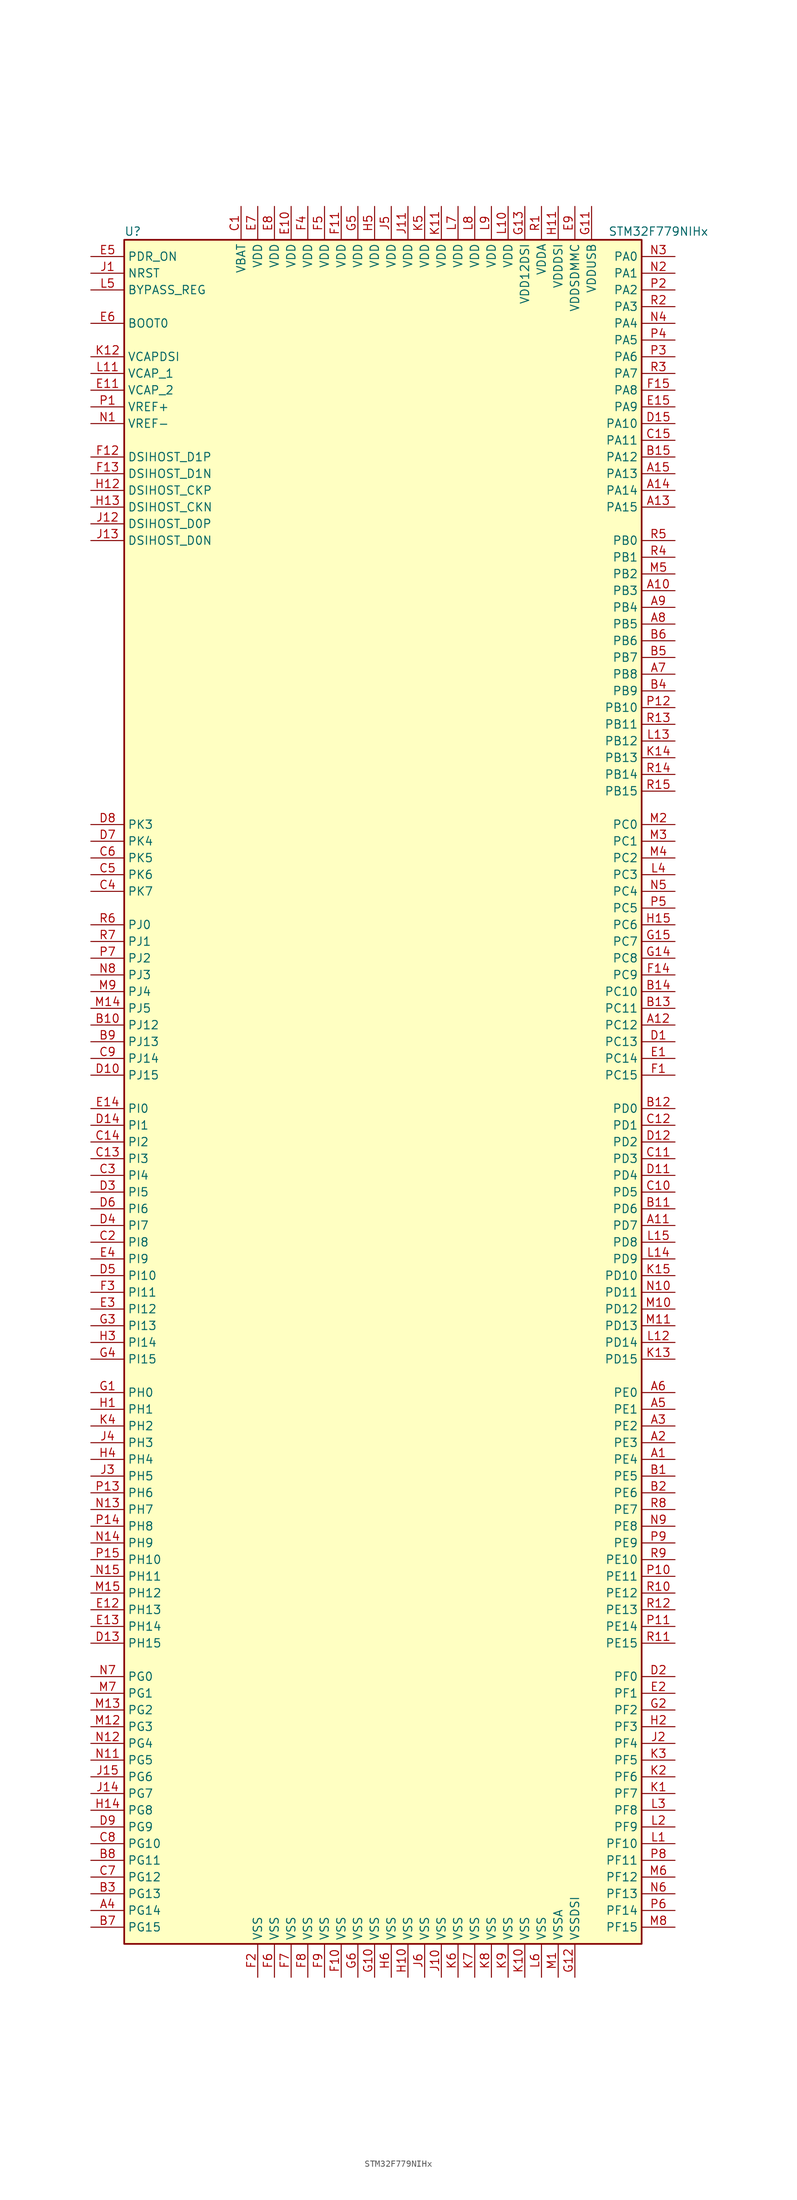
<source format=kicad_sym>
(kicad_symbol_lib
  (version 20201005)
  (generator kicad_symbol_editor)
  (symbol "STM32F779NIHx"
    (property "Reference" "U"
      (at -40.64 130.81 0)
      (effects (font (size 1.27 1.27)) (justify left)))
    (property "Value" "STM32F779NIHx"
      (at 33.02 130.81 0)
      (effects (font (size 1.27 1.27)) (justify left)))
    (symbol "STM32F779NIHx_0_1"
      (rectangle (start -40.64 -129.54) (end 38.1 129.54) (stroke (width 0.254)) (fill (type background))))
    (symbol "STM32F779NIHx_1_1"
      (pin bidirectional line (at 43.18 -55.88 180) (length 5.08) (name "PE4" (effects (font (size 1.27 1.27)))) (number "A1" (effects (font (size 1.27 1.27)))))
      (pin bidirectional line (at 43.18 76.2 180) (length 5.08) (name "PB3" (effects (font (size 1.27 1.27)))) (number "A10" (effects (font (size 1.27 1.27)))))
      (pin bidirectional line (at 43.18 -20.32 180) (length 5.08) (name "PD7" (effects (font (size 1.27 1.27)))) (number "A11" (effects (font (size 1.27 1.27)))))
      (pin bidirectional line (at 43.18 10.16 180) (length 5.08) (name "PC12" (effects (font (size 1.27 1.27)))) (number "A12" (effects (font (size 1.27 1.27)))))
      (pin bidirectional line (at 43.18 88.9 180) (length 5.08) (name "PA15" (effects (font (size 1.27 1.27)))) (number "A13" (effects (font (size 1.27 1.27)))))
      (pin bidirectional line (at 43.18 91.44 180) (length 5.08) (name "PA14" (effects (font (size 1.27 1.27)))) (number "A14" (effects (font (size 1.27 1.27)))))
      (pin bidirectional line (at 43.18 93.98 180) (length 5.08) (name "PA13" (effects (font (size 1.27 1.27)))) (number "A15" (effects (font (size 1.27 1.27)))))
      (pin bidirectional line (at 43.18 -53.34 180) (length 5.08) (name "PE3" (effects (font (size 1.27 1.27)))) (number "A2" (effects (font (size 1.27 1.27)))))
      (pin bidirectional line (at 43.18 -50.8 180) (length 5.08) (name "PE2" (effects (font (size 1.27 1.27)))) (number "A3" (effects (font (size 1.27 1.27)))))
      (pin bidirectional line (at -45.72 -124.46 0) (length 5.08) (name "PG14" (effects (font (size 1.27 1.27)))) (number "A4" (effects (font (size 1.27 1.27)))))
      (pin bidirectional line (at 43.18 -48.26 180) (length 5.08) (name "PE1" (effects (font (size 1.27 1.27)))) (number "A5" (effects (font (size 1.27 1.27)))))
      (pin bidirectional line (at 43.18 -45.72 180) (length 5.08) (name "PE0" (effects (font (size 1.27 1.27)))) (number "A6" (effects (font (size 1.27 1.27)))))
      (pin bidirectional line (at 43.18 63.5 180) (length 5.08) (name "PB8" (effects (font (size 1.27 1.27)))) (number "A7" (effects (font (size 1.27 1.27)))))
      (pin bidirectional line (at 43.18 71.12 180) (length 5.08) (name "PB5" (effects (font (size 1.27 1.27)))) (number "A8" (effects (font (size 1.27 1.27)))))
      (pin bidirectional line (at 43.18 73.66 180) (length 5.08) (name "PB4" (effects (font (size 1.27 1.27)))) (number "A9" (effects (font (size 1.27 1.27)))))
      (pin bidirectional line (at 43.18 -58.42 180) (length 5.08) (name "PE5" (effects (font (size 1.27 1.27)))) (number "B1" (effects (font (size 1.27 1.27)))))
      (pin bidirectional line (at -45.72 10.16 0) (length 5.08) (name "PJ12" (effects (font (size 1.27 1.27)))) (number "B10" (effects (font (size 1.27 1.27)))))
      (pin bidirectional line (at 43.18 -17.78 180) (length 5.08) (name "PD6" (effects (font (size 1.27 1.27)))) (number "B11" (effects (font (size 1.27 1.27)))))
      (pin bidirectional line (at 43.18 -2.54 180) (length 5.08) (name "PD0" (effects (font (size 1.27 1.27)))) (number "B12" (effects (font (size 1.27 1.27)))))
      (pin bidirectional line (at 43.18 12.7 180) (length 5.08) (name "PC11" (effects (font (size 1.27 1.27)))) (number "B13" (effects (font (size 1.27 1.27)))))
      (pin bidirectional line (at 43.18 15.24 180) (length 5.08) (name "PC10" (effects (font (size 1.27 1.27)))) (number "B14" (effects (font (size 1.27 1.27)))))
      (pin bidirectional line (at 43.18 96.52 180) (length 5.08) (name "PA12" (effects (font (size 1.27 1.27)))) (number "B15" (effects (font (size 1.27 1.27)))))
      (pin bidirectional line (at 43.18 -60.96 180) (length 5.08) (name "PE6" (effects (font (size 1.27 1.27)))) (number "B2" (effects (font (size 1.27 1.27)))))
      (pin bidirectional line (at -45.72 -121.92 0) (length 5.08) (name "PG13" (effects (font (size 1.27 1.27)))) (number "B3" (effects (font (size 1.27 1.27)))))
      (pin bidirectional line (at 43.18 60.96 180) (length 5.08) (name "PB9" (effects (font (size 1.27 1.27)))) (number "B4" (effects (font (size 1.27 1.27)))))
      (pin bidirectional line (at 43.18 66.04 180) (length 5.08) (name "PB7" (effects (font (size 1.27 1.27)))) (number "B5" (effects (font (size 1.27 1.27)))))
      (pin bidirectional line (at 43.18 68.58 180) (length 5.08) (name "PB6" (effects (font (size 1.27 1.27)))) (number "B6" (effects (font (size 1.27 1.27)))))
      (pin bidirectional line (at -45.72 -127 0) (length 5.08) (name "PG15" (effects (font (size 1.27 1.27)))) (number "B7" (effects (font (size 1.27 1.27)))))
      (pin bidirectional line (at -45.72 -116.84 0) (length 5.08) (name "PG11" (effects (font (size 1.27 1.27)))) (number "B8" (effects (font (size 1.27 1.27)))))
      (pin bidirectional line (at -45.72 7.62 0) (length 5.08) (name "PJ13" (effects (font (size 1.27 1.27)))) (number "B9" (effects (font (size 1.27 1.27)))))
      (pin power_in line (at -22.86 134.62 270) (length 5.08) (name "VBAT" (effects (font (size 1.27 1.27)))) (number "C1" (effects (font (size 1.27 1.27)))))
      (pin bidirectional line (at 43.18 -15.24 180) (length 5.08) (name "PD5" (effects (font (size 1.27 1.27)))) (number "C10" (effects (font (size 1.27 1.27)))))
      (pin bidirectional line (at 43.18 -10.16 180) (length 5.08) (name "PD3" (effects (font (size 1.27 1.27)))) (number "C11" (effects (font (size 1.27 1.27)))))
      (pin bidirectional line (at 43.18 -5.08 180) (length 5.08) (name "PD1" (effects (font (size 1.27 1.27)))) (number "C12" (effects (font (size 1.27 1.27)))))
      (pin bidirectional line (at -45.72 -10.16 0) (length 5.08) (name "PI3" (effects (font (size 1.27 1.27)))) (number "C13" (effects (font (size 1.27 1.27)))))
      (pin bidirectional line (at -45.72 -7.62 0) (length 5.08) (name "PI2" (effects (font (size 1.27 1.27)))) (number "C14" (effects (font (size 1.27 1.27)))))
      (pin bidirectional line (at 43.18 99.06 180) (length 5.08) (name "PA11" (effects (font (size 1.27 1.27)))) (number "C15" (effects (font (size 1.27 1.27)))))
      (pin bidirectional line (at -45.72 -22.86 0) (length 5.08) (name "PI8" (effects (font (size 1.27 1.27)))) (number "C2" (effects (font (size 1.27 1.27)))))
      (pin bidirectional line (at -45.72 -12.7 0) (length 5.08) (name "PI4" (effects (font (size 1.27 1.27)))) (number "C3" (effects (font (size 1.27 1.27)))))
      (pin bidirectional line (at -45.72 30.48 0) (length 5.08) (name "PK7" (effects (font (size 1.27 1.27)))) (number "C4" (effects (font (size 1.27 1.27)))))
      (pin bidirectional line (at -45.72 33.02 0) (length 5.08) (name "PK6" (effects (font (size 1.27 1.27)))) (number "C5" (effects (font (size 1.27 1.27)))))
      (pin bidirectional line (at -45.72 35.56 0) (length 5.08) (name "PK5" (effects (font (size 1.27 1.27)))) (number "C6" (effects (font (size 1.27 1.27)))))
      (pin bidirectional line (at -45.72 -119.38 0) (length 5.08) (name "PG12" (effects (font (size 1.27 1.27)))) (number "C7" (effects (font (size 1.27 1.27)))))
      (pin bidirectional line (at -45.72 -114.3 0) (length 5.08) (name "PG10" (effects (font (size 1.27 1.27)))) (number "C8" (effects (font (size 1.27 1.27)))))
      (pin bidirectional line (at -45.72 5.08 0) (length 5.08) (name "PJ14" (effects (font (size 1.27 1.27)))) (number "C9" (effects (font (size 1.27 1.27)))))
      (pin bidirectional line (at 43.18 7.62 180) (length 5.08) (name "PC13" (effects (font (size 1.27 1.27)))) (number "D1" (effects (font (size 1.27 1.27)))))
      (pin bidirectional line (at -45.72 2.54 0) (length 5.08) (name "PJ15" (effects (font (size 1.27 1.27)))) (number "D10" (effects (font (size 1.27 1.27)))))
      (pin bidirectional line (at 43.18 -12.7 180) (length 5.08) (name "PD4" (effects (font (size 1.27 1.27)))) (number "D11" (effects (font (size 1.27 1.27)))))
      (pin bidirectional line (at 43.18 -7.62 180) (length 5.08) (name "PD2" (effects (font (size 1.27 1.27)))) (number "D12" (effects (font (size 1.27 1.27)))))
      (pin bidirectional line (at -45.72 -83.82 0) (length 5.08) (name "PH15" (effects (font (size 1.27 1.27)))) (number "D13" (effects (font (size 1.27 1.27)))))
      (pin bidirectional line (at -45.72 -5.08 0) (length 5.08) (name "PI1" (effects (font (size 1.27 1.27)))) (number "D14" (effects (font (size 1.27 1.27)))))
      (pin bidirectional line (at 43.18 101.6 180) (length 5.08) (name "PA10" (effects (font (size 1.27 1.27)))) (number "D15" (effects (font (size 1.27 1.27)))))
      (pin bidirectional line (at 43.18 -88.9 180) (length 5.08) (name "PF0" (effects (font (size 1.27 1.27)))) (number "D2" (effects (font (size 1.27 1.27)))))
      (pin bidirectional line (at -45.72 -15.24 0) (length 5.08) (name "PI5" (effects (font (size 1.27 1.27)))) (number "D3" (effects (font (size 1.27 1.27)))))
      (pin bidirectional line (at -45.72 -20.32 0) (length 5.08) (name "PI7" (effects (font (size 1.27 1.27)))) (number "D4" (effects (font (size 1.27 1.27)))))
      (pin bidirectional line (at -45.72 -27.94 0) (length 5.08) (name "PI10" (effects (font (size 1.27 1.27)))) (number "D5" (effects (font (size 1.27 1.27)))))
      (pin bidirectional line (at -45.72 -17.78 0) (length 5.08) (name "PI6" (effects (font (size 1.27 1.27)))) (number "D6" (effects (font (size 1.27 1.27)))))
      (pin bidirectional line (at -45.72 38.1 0) (length 5.08) (name "PK4" (effects (font (size 1.27 1.27)))) (number "D7" (effects (font (size 1.27 1.27)))))
      (pin bidirectional line (at -45.72 40.64 0) (length 5.08) (name "PK3" (effects (font (size 1.27 1.27)))) (number "D8" (effects (font (size 1.27 1.27)))))
      (pin bidirectional line (at -45.72 -111.76 0) (length 5.08) (name "PG9" (effects (font (size 1.27 1.27)))) (number "D9" (effects (font (size 1.27 1.27)))))
      (pin bidirectional line (at 43.18 5.08 180) (length 5.08) (name "PC14" (effects (font (size 1.27 1.27)))) (number "E1" (effects (font (size 1.27 1.27)))))
      (pin power_in line (at -15.24 134.62 270) (length 5.08) (name "VDD" (effects (font (size 1.27 1.27)))) (number "E10" (effects (font (size 1.27 1.27)))))
      (pin power_in line (at -45.72 106.68 0) (length 5.08) (name "VCAP_2" (effects (font (size 1.27 1.27)))) (number "E11" (effects (font (size 1.27 1.27)))))
      (pin bidirectional line (at -45.72 -78.74 0) (length 5.08) (name "PH13" (effects (font (size 1.27 1.27)))) (number "E12" (effects (font (size 1.27 1.27)))))
      (pin bidirectional line (at -45.72 -81.28 0) (length 5.08) (name "PH14" (effects (font (size 1.27 1.27)))) (number "E13" (effects (font (size 1.27 1.27)))))
      (pin bidirectional line (at -45.72 -2.54 0) (length 5.08) (name "PI0" (effects (font (size 1.27 1.27)))) (number "E14" (effects (font (size 1.27 1.27)))))
      (pin bidirectional line (at 43.18 104.14 180) (length 5.08) (name "PA9" (effects (font (size 1.27 1.27)))) (number "E15" (effects (font (size 1.27 1.27)))))
      (pin bidirectional line (at 43.18 -91.44 180) (length 5.08) (name "PF1" (effects (font (size 1.27 1.27)))) (number "E2" (effects (font (size 1.27 1.27)))))
      (pin bidirectional line (at -45.72 -33.02 0) (length 5.08) (name "PI12" (effects (font (size 1.27 1.27)))) (number "E3" (effects (font (size 1.27 1.27)))))
      (pin bidirectional line (at -45.72 -25.4 0) (length 5.08) (name "PI9" (effects (font (size 1.27 1.27)))) (number "E4" (effects (font (size 1.27 1.27)))))
      (pin input line (at -45.72 127 0) (length 5.08) (name "PDR_ON" (effects (font (size 1.27 1.27)))) (number "E5" (effects (font (size 1.27 1.27)))))
      (pin input line (at -45.72 116.84 0) (length 5.08) (name "BOOT0" (effects (font (size 1.27 1.27)))) (number "E6" (effects (font (size 1.27 1.27)))))
      (pin power_in line (at -20.32 134.62 270) (length 5.08) (name "VDD" (effects (font (size 1.27 1.27)))) (number "E7" (effects (font (size 1.27 1.27)))))
      (pin power_in line (at -17.78 134.62 270) (length 5.08) (name "VDD" (effects (font (size 1.27 1.27)))) (number "E8" (effects (font (size 1.27 1.27)))))
      (pin power_in line (at 27.94 134.62 270) (length 5.08) (name "VDDSDMMC" (effects (font (size 1.27 1.27)))) (number "E9" (effects (font (size 1.27 1.27)))))
      (pin bidirectional line (at 43.18 2.54 180) (length 5.08) (name "PC15" (effects (font (size 1.27 1.27)))) (number "F1" (effects (font (size 1.27 1.27)))))
      (pin power_in line (at -7.62 -134.62 90) (length 5.08) (name "VSS" (effects (font (size 1.27 1.27)))) (number "F10" (effects (font (size 1.27 1.27)))))
      (pin power_in line (at -7.62 134.62 270) (length 5.08) (name "VDD" (effects (font (size 1.27 1.27)))) (number "F11" (effects (font (size 1.27 1.27)))))
      (pin bidirectional line (at -45.72 96.52 0) (length 5.08) (name "DSIHOST_D1P" (effects (font (size 1.27 1.27)))) (number "F12" (effects (font (size 1.27 1.27)))))
      (pin bidirectional line (at -45.72 93.98 0) (length 5.08) (name "DSIHOST_D1N" (effects (font (size 1.27 1.27)))) (number "F13" (effects (font (size 1.27 1.27)))))
      (pin bidirectional line (at 43.18 17.78 180) (length 5.08) (name "PC9" (effects (font (size 1.27 1.27)))) (number "F14" (effects (font (size 1.27 1.27)))))
      (pin bidirectional line (at 43.18 106.68 180) (length 5.08) (name "PA8" (effects (font (size 1.27 1.27)))) (number "F15" (effects (font (size 1.27 1.27)))))
      (pin power_in line (at -20.32 -134.62 90) (length 5.08) (name "VSS" (effects (font (size 1.27 1.27)))) (number "F2" (effects (font (size 1.27 1.27)))))
      (pin bidirectional line (at -45.72 -30.48 0) (length 5.08) (name "PI11" (effects (font (size 1.27 1.27)))) (number "F3" (effects (font (size 1.27 1.27)))))
      (pin power_in line (at -12.7 134.62 270) (length 5.08) (name "VDD" (effects (font (size 1.27 1.27)))) (number "F4" (effects (font (size 1.27 1.27)))))
      (pin power_in line (at -10.16 134.62 270) (length 5.08) (name "VDD" (effects (font (size 1.27 1.27)))) (number "F5" (effects (font (size 1.27 1.27)))))
      (pin power_in line (at -17.78 -134.62 90) (length 5.08) (name "VSS" (effects (font (size 1.27 1.27)))) (number "F6" (effects (font (size 1.27 1.27)))))
      (pin power_in line (at -15.24 -134.62 90) (length 5.08) (name "VSS" (effects (font (size 1.27 1.27)))) (number "F7" (effects (font (size 1.27 1.27)))))
      (pin power_in line (at -12.7 -134.62 90) (length 5.08) (name "VSS" (effects (font (size 1.27 1.27)))) (number "F8" (effects (font (size 1.27 1.27)))))
      (pin power_in line (at -10.16 -134.62 90) (length 5.08) (name "VSS" (effects (font (size 1.27 1.27)))) (number "F9" (effects (font (size 1.27 1.27)))))
      (pin input line (at -45.72 -45.72 0) (length 5.08) (name "PH0" (effects (font (size 1.27 1.27)))) (number "G1" (effects (font (size 1.27 1.27)))))
      (pin power_in line (at -2.54 -134.62 90) (length 5.08) (name "VSS" (effects (font (size 1.27 1.27)))) (number "G10" (effects (font (size 1.27 1.27)))))
      (pin power_in line (at 30.48 134.62 270) (length 5.08) (name "VDDUSB" (effects (font (size 1.27 1.27)))) (number "G11" (effects (font (size 1.27 1.27)))))
      (pin power_in line (at 27.94 -134.62 90) (length 5.08) (name "VSSDSI" (effects (font (size 1.27 1.27)))) (number "G12" (effects (font (size 1.27 1.27)))))
      (pin power_in line (at 20.32 134.62 270) (length 5.08) (name "VDD12DSI" (effects (font (size 1.27 1.27)))) (number "G13" (effects (font (size 1.27 1.27)))))
      (pin bidirectional line (at 43.18 20.32 180) (length 5.08) (name "PC8" (effects (font (size 1.27 1.27)))) (number "G14" (effects (font (size 1.27 1.27)))))
      (pin bidirectional line (at 43.18 22.86 180) (length 5.08) (name "PC7" (effects (font (size 1.27 1.27)))) (number "G15" (effects (font (size 1.27 1.27)))))
      (pin bidirectional line (at 43.18 -93.98 180) (length 5.08) (name "PF2" (effects (font (size 1.27 1.27)))) (number "G2" (effects (font (size 1.27 1.27)))))
      (pin bidirectional line (at -45.72 -35.56 0) (length 5.08) (name "PI13" (effects (font (size 1.27 1.27)))) (number "G3" (effects (font (size 1.27 1.27)))))
      (pin bidirectional line (at -45.72 -40.64 0) (length 5.08) (name "PI15" (effects (font (size 1.27 1.27)))) (number "G4" (effects (font (size 1.27 1.27)))))
      (pin power_in line (at -5.08 134.62 270) (length 5.08) (name "VDD" (effects (font (size 1.27 1.27)))) (number "G5" (effects (font (size 1.27 1.27)))))
      (pin power_in line (at -5.08 -134.62 90) (length 5.08) (name "VSS" (effects (font (size 1.27 1.27)))) (number "G6" (effects (font (size 1.27 1.27)))))
      (pin input line (at -45.72 -48.26 0) (length 5.08) (name "PH1" (effects (font (size 1.27 1.27)))) (number "H1" (effects (font (size 1.27 1.27)))))
      (pin power_in line (at 2.54 -134.62 90) (length 5.08) (name "VSS" (effects (font (size 1.27 1.27)))) (number "H10" (effects (font (size 1.27 1.27)))))
      (pin power_in line (at 25.4 134.62 270) (length 5.08) (name "VDDDSI" (effects (font (size 1.27 1.27)))) (number "H11" (effects (font (size 1.27 1.27)))))
      (pin bidirectional line (at -45.72 91.44 0) (length 5.08) (name "DSIHOST_CKP" (effects (font (size 1.27 1.27)))) (number "H12" (effects (font (size 1.27 1.27)))))
      (pin bidirectional line (at -45.72 88.9 0) (length 5.08) (name "DSIHOST_CKN" (effects (font (size 1.27 1.27)))) (number "H13" (effects (font (size 1.27 1.27)))))
      (pin bidirectional line (at -45.72 -109.22 0) (length 5.08) (name "PG8" (effects (font (size 1.27 1.27)))) (number "H14" (effects (font (size 1.27 1.27)))))
      (pin bidirectional line (at 43.18 25.4 180) (length 5.08) (name "PC6" (effects (font (size 1.27 1.27)))) (number "H15" (effects (font (size 1.27 1.27)))))
      (pin bidirectional line (at 43.18 -96.52 180) (length 5.08) (name "PF3" (effects (font (size 1.27 1.27)))) (number "H2" (effects (font (size 1.27 1.27)))))
      (pin bidirectional line (at -45.72 -38.1 0) (length 5.08) (name "PI14" (effects (font (size 1.27 1.27)))) (number "H3" (effects (font (size 1.27 1.27)))))
      (pin bidirectional line (at -45.72 -55.88 0) (length 5.08) (name "PH4" (effects (font (size 1.27 1.27)))) (number "H4" (effects (font (size 1.27 1.27)))))
      (pin power_in line (at -2.54 134.62 270) (length 5.08) (name "VDD" (effects (font (size 1.27 1.27)))) (number "H5" (effects (font (size 1.27 1.27)))))
      (pin power_in line (at 0 -134.62 90) (length 5.08) (name "VSS" (effects (font (size 1.27 1.27)))) (number "H6" (effects (font (size 1.27 1.27)))))
      (pin input line (at -45.72 124.46 0) (length 5.08) (name "NRST" (effects (font (size 1.27 1.27)))) (number "J1" (effects (font (size 1.27 1.27)))))
      (pin power_in line (at 7.62 -134.62 90) (length 5.08) (name "VSS" (effects (font (size 1.27 1.27)))) (number "J10" (effects (font (size 1.27 1.27)))))
      (pin power_in line (at 2.54 134.62 270) (length 5.08) (name "VDD" (effects (font (size 1.27 1.27)))) (number "J11" (effects (font (size 1.27 1.27)))))
      (pin bidirectional line (at -45.72 86.36 0) (length 5.08) (name "DSIHOST_D0P" (effects (font (size 1.27 1.27)))) (number "J12" (effects (font (size 1.27 1.27)))))
      (pin bidirectional line (at -45.72 83.82 0) (length 5.08) (name "DSIHOST_D0N" (effects (font (size 1.27 1.27)))) (number "J13" (effects (font (size 1.27 1.27)))))
      (pin bidirectional line (at -45.72 -106.68 0) (length 5.08) (name "PG7" (effects (font (size 1.27 1.27)))) (number "J14" (effects (font (size 1.27 1.27)))))
      (pin bidirectional line (at -45.72 -104.14 0) (length 5.08) (name "PG6" (effects (font (size 1.27 1.27)))) (number "J15" (effects (font (size 1.27 1.27)))))
      (pin bidirectional line (at 43.18 -99.06 180) (length 5.08) (name "PF4" (effects (font (size 1.27 1.27)))) (number "J2" (effects (font (size 1.27 1.27)))))
      (pin bidirectional line (at -45.72 -58.42 0) (length 5.08) (name "PH5" (effects (font (size 1.27 1.27)))) (number "J3" (effects (font (size 1.27 1.27)))))
      (pin bidirectional line (at -45.72 -53.34 0) (length 5.08) (name "PH3" (effects (font (size 1.27 1.27)))) (number "J4" (effects (font (size 1.27 1.27)))))
      (pin power_in line (at 0 134.62 270) (length 5.08) (name "VDD" (effects (font (size 1.27 1.27)))) (number "J5" (effects (font (size 1.27 1.27)))))
      (pin power_in line (at 5.08 -134.62 90) (length 5.08) (name "VSS" (effects (font (size 1.27 1.27)))) (number "J6" (effects (font (size 1.27 1.27)))))
      (pin bidirectional line (at 43.18 -106.68 180) (length 5.08) (name "PF7" (effects (font (size 1.27 1.27)))) (number "K1" (effects (font (size 1.27 1.27)))))
      (pin power_in line (at 20.32 -134.62 90) (length 5.08) (name "VSS" (effects (font (size 1.27 1.27)))) (number "K10" (effects (font (size 1.27 1.27)))))
      (pin power_in line (at 7.62 134.62 270) (length 5.08) (name "VDD" (effects (font (size 1.27 1.27)))) (number "K11" (effects (font (size 1.27 1.27)))))
      (pin power_in line (at -45.72 111.76 0) (length 5.08) (name "VCAPDSI" (effects (font (size 1.27 1.27)))) (number "K12" (effects (font (size 1.27 1.27)))))
      (pin bidirectional line (at 43.18 -40.64 180) (length 5.08) (name "PD15" (effects (font (size 1.27 1.27)))) (number "K13" (effects (font (size 1.27 1.27)))))
      (pin bidirectional line (at 43.18 50.8 180) (length 5.08) (name "PB13" (effects (font (size 1.27 1.27)))) (number "K14" (effects (font (size 1.27 1.27)))))
      (pin bidirectional line (at 43.18 -27.94 180) (length 5.08) (name "PD10" (effects (font (size 1.27 1.27)))) (number "K15" (effects (font (size 1.27 1.27)))))
      (pin bidirectional line (at 43.18 -104.14 180) (length 5.08) (name "PF6" (effects (font (size 1.27 1.27)))) (number "K2" (effects (font (size 1.27 1.27)))))
      (pin bidirectional line (at 43.18 -101.6 180) (length 5.08) (name "PF5" (effects (font (size 1.27 1.27)))) (number "K3" (effects (font (size 1.27 1.27)))))
      (pin bidirectional line (at -45.72 -50.8 0) (length 5.08) (name "PH2" (effects (font (size 1.27 1.27)))) (number "K4" (effects (font (size 1.27 1.27)))))
      (pin power_in line (at 5.08 134.62 270) (length 5.08) (name "VDD" (effects (font (size 1.27 1.27)))) (number "K5" (effects (font (size 1.27 1.27)))))
      (pin power_in line (at 10.16 -134.62 90) (length 5.08) (name "VSS" (effects (font (size 1.27 1.27)))) (number "K6" (effects (font (size 1.27 1.27)))))
      (pin power_in line (at 12.7 -134.62 90) (length 5.08) (name "VSS" (effects (font (size 1.27 1.27)))) (number "K7" (effects (font (size 1.27 1.27)))))
      (pin power_in line (at 15.24 -134.62 90) (length 5.08) (name "VSS" (effects (font (size 1.27 1.27)))) (number "K8" (effects (font (size 1.27 1.27)))))
      (pin power_in line (at 17.78 -134.62 90) (length 5.08) (name "VSS" (effects (font (size 1.27 1.27)))) (number "K9" (effects (font (size 1.27 1.27)))))
      (pin bidirectional line (at 43.18 -114.3 180) (length 5.08) (name "PF10" (effects (font (size 1.27 1.27)))) (number "L1" (effects (font (size 1.27 1.27)))))
      (pin power_in line (at 17.78 134.62 270) (length 5.08) (name "VDD" (effects (font (size 1.27 1.27)))) (number "L10" (effects (font (size 1.27 1.27)))))
      (pin power_in line (at -45.72 109.22 0) (length 5.08) (name "VCAP_1" (effects (font (size 1.27 1.27)))) (number "L11" (effects (font (size 1.27 1.27)))))
      (pin bidirectional line (at 43.18 -38.1 180) (length 5.08) (name "PD14" (effects (font (size 1.27 1.27)))) (number "L12" (effects (font (size 1.27 1.27)))))
      (pin bidirectional line (at 43.18 53.34 180) (length 5.08) (name "PB12" (effects (font (size 1.27 1.27)))) (number "L13" (effects (font (size 1.27 1.27)))))
      (pin bidirectional line (at 43.18 -25.4 180) (length 5.08) (name "PD9" (effects (font (size 1.27 1.27)))) (number "L14" (effects (font (size 1.27 1.27)))))
      (pin bidirectional line (at 43.18 -22.86 180) (length 5.08) (name "PD8" (effects (font (size 1.27 1.27)))) (number "L15" (effects (font (size 1.27 1.27)))))
      (pin bidirectional line (at 43.18 -111.76 180) (length 5.08) (name "PF9" (effects (font (size 1.27 1.27)))) (number "L2" (effects (font (size 1.27 1.27)))))
      (pin bidirectional line (at 43.18 -109.22 180) (length 5.08) (name "PF8" (effects (font (size 1.27 1.27)))) (number "L3" (effects (font (size 1.27 1.27)))))
      (pin bidirectional line (at 43.18 33.02 180) (length 5.08) (name "PC3" (effects (font (size 1.27 1.27)))) (number "L4" (effects (font (size 1.27 1.27)))))
      (pin input line (at -45.72 121.92 0) (length 5.08) (name "BYPASS_REG" (effects (font (size 1.27 1.27)))) (number "L5" (effects (font (size 1.27 1.27)))))
      (pin power_in line (at 22.86 -134.62 90) (length 5.08) (name "VSS" (effects (font (size 1.27 1.27)))) (number "L6" (effects (font (size 1.27 1.27)))))
      (pin power_in line (at 10.16 134.62 270) (length 5.08) (name "VDD" (effects (font (size 1.27 1.27)))) (number "L7" (effects (font (size 1.27 1.27)))))
      (pin power_in line (at 12.7 134.62 270) (length 5.08) (name "VDD" (effects (font (size 1.27 1.27)))) (number "L8" (effects (font (size 1.27 1.27)))))
      (pin power_in line (at 15.24 134.62 270) (length 5.08) (name "VDD" (effects (font (size 1.27 1.27)))) (number "L9" (effects (font (size 1.27 1.27)))))
      (pin power_in line (at 25.4 -134.62 90) (length 5.08) (name "VSSA" (effects (font (size 1.27 1.27)))) (number "M1" (effects (font (size 1.27 1.27)))))
      (pin bidirectional line (at 43.18 -33.02 180) (length 5.08) (name "PD12" (effects (font (size 1.27 1.27)))) (number "M10" (effects (font (size 1.27 1.27)))))
      (pin bidirectional line (at 43.18 -35.56 180) (length 5.08) (name "PD13" (effects (font (size 1.27 1.27)))) (number "M11" (effects (font (size 1.27 1.27)))))
      (pin bidirectional line (at -45.72 -96.52 0) (length 5.08) (name "PG3" (effects (font (size 1.27 1.27)))) (number "M12" (effects (font (size 1.27 1.27)))))
      (pin bidirectional line (at -45.72 -93.98 0) (length 5.08) (name "PG2" (effects (font (size 1.27 1.27)))) (number "M13" (effects (font (size 1.27 1.27)))))
      (pin bidirectional line (at -45.72 12.7 0) (length 5.08) (name "PJ5" (effects (font (size 1.27 1.27)))) (number "M14" (effects (font (size 1.27 1.27)))))
      (pin bidirectional line (at -45.72 -76.2 0) (length 5.08) (name "PH12" (effects (font (size 1.27 1.27)))) (number "M15" (effects (font (size 1.27 1.27)))))
      (pin bidirectional line (at 43.18 40.64 180) (length 5.08) (name "PC0" (effects (font (size 1.27 1.27)))) (number "M2" (effects (font (size 1.27 1.27)))))
      (pin bidirectional line (at 43.18 38.1 180) (length 5.08) (name "PC1" (effects (font (size 1.27 1.27)))) (number "M3" (effects (font (size 1.27 1.27)))))
      (pin bidirectional line (at 43.18 35.56 180) (length 5.08) (name "PC2" (effects (font (size 1.27 1.27)))) (number "M4" (effects (font (size 1.27 1.27)))))
      (pin bidirectional line (at 43.18 78.74 180) (length 5.08) (name "PB2" (effects (font (size 1.27 1.27)))) (number "M5" (effects (font (size 1.27 1.27)))))
      (pin bidirectional line (at 43.18 -119.38 180) (length 5.08) (name "PF12" (effects (font (size 1.27 1.27)))) (number "M6" (effects (font (size 1.27 1.27)))))
      (pin bidirectional line (at -45.72 -91.44 0) (length 5.08) (name "PG1" (effects (font (size 1.27 1.27)))) (number "M7" (effects (font (size 1.27 1.27)))))
      (pin bidirectional line (at 43.18 -127 180) (length 5.08) (name "PF15" (effects (font (size 1.27 1.27)))) (number "M8" (effects (font (size 1.27 1.27)))))
      (pin bidirectional line (at -45.72 15.24 0) (length 5.08) (name "PJ4" (effects (font (size 1.27 1.27)))) (number "M9" (effects (font (size 1.27 1.27)))))
      (pin power_in line (at -45.72 101.6 0) (length 5.08) (name "VREF-" (effects (font (size 1.27 1.27)))) (number "N1" (effects (font (size 1.27 1.27)))))
      (pin bidirectional line (at 43.18 -30.48 180) (length 5.08) (name "PD11" (effects (font (size 1.27 1.27)))) (number "N10" (effects (font (size 1.27 1.27)))))
      (pin bidirectional line (at -45.72 -101.6 0) (length 5.08) (name "PG5" (effects (font (size 1.27 1.27)))) (number "N11" (effects (font (size 1.27 1.27)))))
      (pin bidirectional line (at -45.72 -99.06 0) (length 5.08) (name "PG4" (effects (font (size 1.27 1.27)))) (number "N12" (effects (font (size 1.27 1.27)))))
      (pin bidirectional line (at -45.72 -63.5 0) (length 5.08) (name "PH7" (effects (font (size 1.27 1.27)))) (number "N13" (effects (font (size 1.27 1.27)))))
      (pin bidirectional line (at -45.72 -68.58 0) (length 5.08) (name "PH9" (effects (font (size 1.27 1.27)))) (number "N14" (effects (font (size 1.27 1.27)))))
      (pin bidirectional line (at -45.72 -73.66 0) (length 5.08) (name "PH11" (effects (font (size 1.27 1.27)))) (number "N15" (effects (font (size 1.27 1.27)))))
      (pin bidirectional line (at 43.18 124.46 180) (length 5.08) (name "PA1" (effects (font (size 1.27 1.27)))) (number "N2" (effects (font (size 1.27 1.27)))))
      (pin bidirectional line (at 43.18 127 180) (length 5.08) (name "PA0" (effects (font (size 1.27 1.27)))) (number "N3" (effects (font (size 1.27 1.27)))))
      (pin bidirectional line (at 43.18 116.84 180) (length 5.08) (name "PA4" (effects (font (size 1.27 1.27)))) (number "N4" (effects (font (size 1.27 1.27)))))
      (pin bidirectional line (at 43.18 30.48 180) (length 5.08) (name "PC4" (effects (font (size 1.27 1.27)))) (number "N5" (effects (font (size 1.27 1.27)))))
      (pin bidirectional line (at 43.18 -121.92 180) (length 5.08) (name "PF13" (effects (font (size 1.27 1.27)))) (number "N6" (effects (font (size 1.27 1.27)))))
      (pin bidirectional line (at -45.72 -88.9 0) (length 5.08) (name "PG0" (effects (font (size 1.27 1.27)))) (number "N7" (effects (font (size 1.27 1.27)))))
      (pin bidirectional line (at -45.72 17.78 0) (length 5.08) (name "PJ3" (effects (font (size 1.27 1.27)))) (number "N8" (effects (font (size 1.27 1.27)))))
      (pin bidirectional line (at 43.18 -66.04 180) (length 5.08) (name "PE8" (effects (font (size 1.27 1.27)))) (number "N9" (effects (font (size 1.27 1.27)))))
      (pin power_in line (at -45.72 104.14 0) (length 5.08) (name "VREF+" (effects (font (size 1.27 1.27)))) (number "P1" (effects (font (size 1.27 1.27)))))
      (pin bidirectional line (at 43.18 -73.66 180) (length 5.08) (name "PE11" (effects (font (size 1.27 1.27)))) (number "P10" (effects (font (size 1.27 1.27)))))
      (pin bidirectional line (at 43.18 -81.28 180) (length 5.08) (name "PE14" (effects (font (size 1.27 1.27)))) (number "P11" (effects (font (size 1.27 1.27)))))
      (pin bidirectional line (at 43.18 58.42 180) (length 5.08) (name "PB10" (effects (font (size 1.27 1.27)))) (number "P12" (effects (font (size 1.27 1.27)))))
      (pin bidirectional line (at -45.72 -60.96 0) (length 5.08) (name "PH6" (effects (font (size 1.27 1.27)))) (number "P13" (effects (font (size 1.27 1.27)))))
      (pin bidirectional line (at -45.72 -66.04 0) (length 5.08) (name "PH8" (effects (font (size 1.27 1.27)))) (number "P14" (effects (font (size 1.27 1.27)))))
      (pin bidirectional line (at -45.72 -71.12 0) (length 5.08) (name "PH10" (effects (font (size 1.27 1.27)))) (number "P15" (effects (font (size 1.27 1.27)))))
      (pin bidirectional line (at 43.18 121.92 180) (length 5.08) (name "PA2" (effects (font (size 1.27 1.27)))) (number "P2" (effects (font (size 1.27 1.27)))))
      (pin bidirectional line (at 43.18 111.76 180) (length 5.08) (name "PA6" (effects (font (size 1.27 1.27)))) (number "P3" (effects (font (size 1.27 1.27)))))
      (pin bidirectional line (at 43.18 114.3 180) (length 5.08) (name "PA5" (effects (font (size 1.27 1.27)))) (number "P4" (effects (font (size 1.27 1.27)))))
      (pin bidirectional line (at 43.18 27.94 180) (length 5.08) (name "PC5" (effects (font (size 1.27 1.27)))) (number "P5" (effects (font (size 1.27 1.27)))))
      (pin bidirectional line (at 43.18 -124.46 180) (length 5.08) (name "PF14" (effects (font (size 1.27 1.27)))) (number "P6" (effects (font (size 1.27 1.27)))))
      (pin bidirectional line (at -45.72 20.32 0) (length 5.08) (name "PJ2" (effects (font (size 1.27 1.27)))) (number "P7" (effects (font (size 1.27 1.27)))))
      (pin bidirectional line (at 43.18 -116.84 180) (length 5.08) (name "PF11" (effects (font (size 1.27 1.27)))) (number "P8" (effects (font (size 1.27 1.27)))))
      (pin bidirectional line (at 43.18 -68.58 180) (length 5.08) (name "PE9" (effects (font (size 1.27 1.27)))) (number "P9" (effects (font (size 1.27 1.27)))))
      (pin power_in line (at 22.86 134.62 270) (length 5.08) (name "VDDA" (effects (font (size 1.27 1.27)))) (number "R1" (effects (font (size 1.27 1.27)))))
      (pin bidirectional line (at 43.18 -76.2 180) (length 5.08) (name "PE12" (effects (font (size 1.27 1.27)))) (number "R10" (effects (font (size 1.27 1.27)))))
      (pin bidirectional line (at 43.18 -83.82 180) (length 5.08) (name "PE15" (effects (font (size 1.27 1.27)))) (number "R11" (effects (font (size 1.27 1.27)))))
      (pin bidirectional line (at 43.18 -78.74 180) (length 5.08) (name "PE13" (effects (font (size 1.27 1.27)))) (number "R12" (effects (font (size 1.27 1.27)))))
      (pin bidirectional line (at 43.18 55.88 180) (length 5.08) (name "PB11" (effects (font (size 1.27 1.27)))) (number "R13" (effects (font (size 1.27 1.27)))))
      (pin bidirectional line (at 43.18 48.26 180) (length 5.08) (name "PB14" (effects (font (size 1.27 1.27)))) (number "R14" (effects (font (size 1.27 1.27)))))
      (pin bidirectional line (at 43.18 45.72 180) (length 5.08) (name "PB15" (effects (font (size 1.27 1.27)))) (number "R15" (effects (font (size 1.27 1.27)))))
      (pin bidirectional line (at 43.18 119.38 180) (length 5.08) (name "PA3" (effects (font (size 1.27 1.27)))) (number "R2" (effects (font (size 1.27 1.27)))))
      (pin bidirectional line (at 43.18 109.22 180) (length 5.08) (name "PA7" (effects (font (size 1.27 1.27)))) (number "R3" (effects (font (size 1.27 1.27)))))
      (pin bidirectional line (at 43.18 81.28 180) (length 5.08) (name "PB1" (effects (font (size 1.27 1.27)))) (number "R4" (effects (font (size 1.27 1.27)))))
      (pin bidirectional line (at 43.18 83.82 180) (length 5.08) (name "PB0" (effects (font (size 1.27 1.27)))) (number "R5" (effects (font (size 1.27 1.27)))))
      (pin bidirectional line (at -45.72 25.4 0) (length 5.08) (name "PJ0" (effects (font (size 1.27 1.27)))) (number "R6" (effects (font (size 1.27 1.27)))))
      (pin bidirectional line (at -45.72 22.86 0) (length 5.08) (name "PJ1" (effects (font (size 1.27 1.27)))) (number "R7" (effects (font (size 1.27 1.27)))))
      (pin bidirectional line (at 43.18 -63.5 180) (length 5.08) (name "PE7" (effects (font (size 1.27 1.27)))) (number "R8" (effects (font (size 1.27 1.27)))))
      (pin bidirectional line (at 43.18 -71.12 180) (length 5.08) (name "PE10" (effects (font (size 1.27 1.27)))) (number "R9" (effects (font (size 1.27 1.27))))))))
</source>
